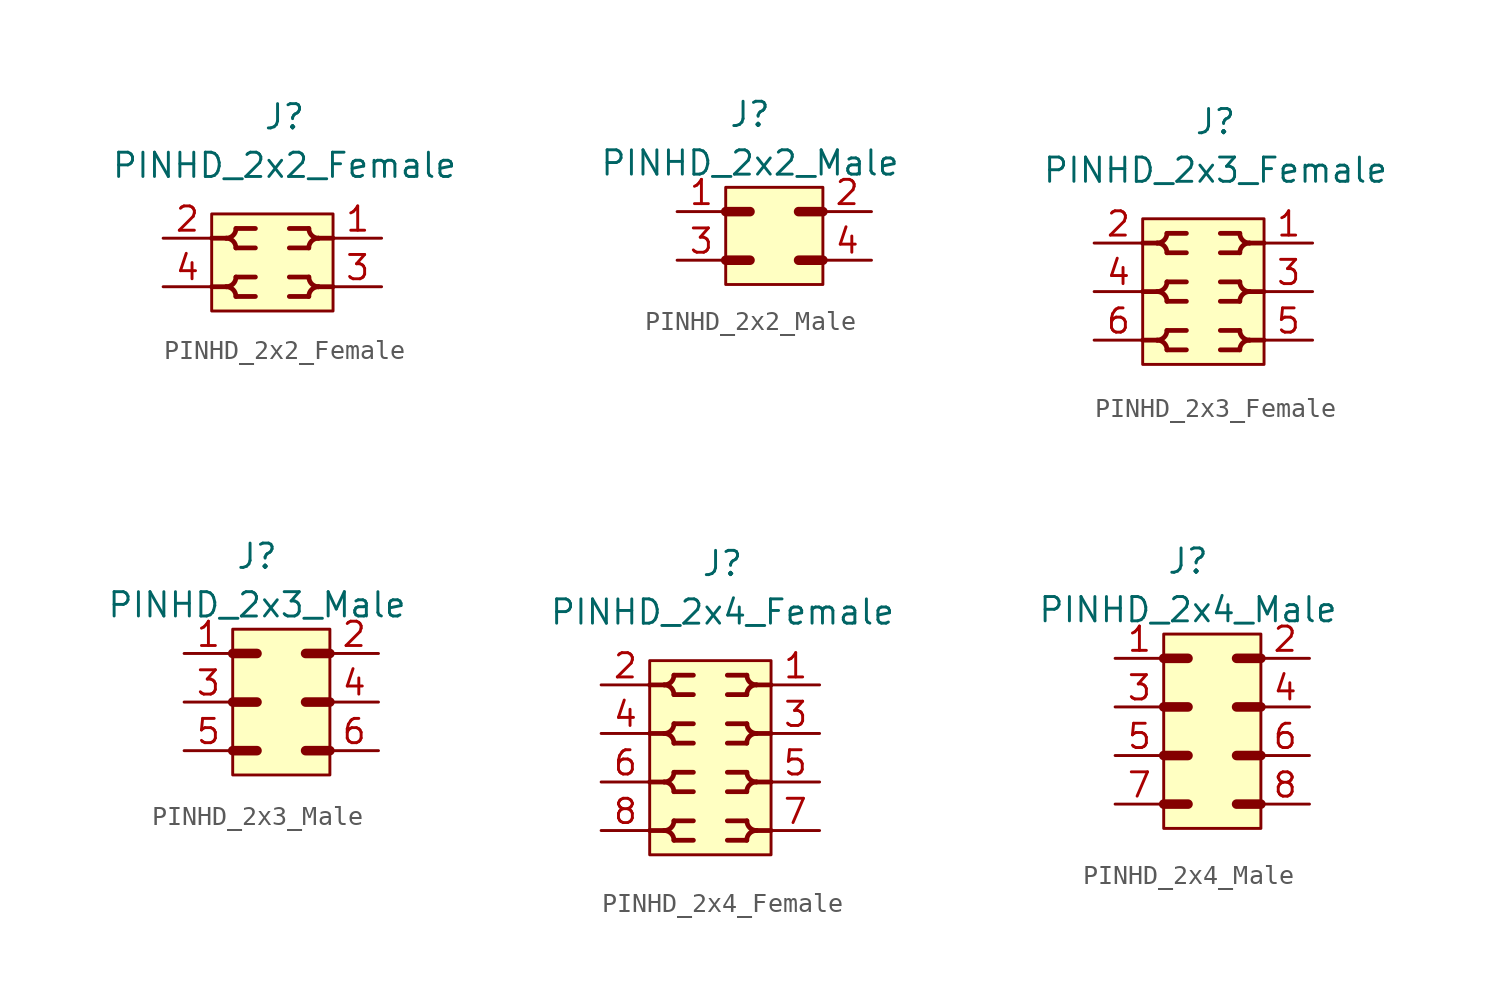
<source format=kicad_sym>
(kicad_symbol_lib
  (version 20211014)
  (generator kicad_symbol_editor)
  (symbol "PINHD_2x2_Female"
    (property "Reference" "J"
      (at 0 7.62 0)
      (effects (font (size 1.27 1.27))))
    (property "Value" "PINHD_2x2_Female"
      (at 0 5.08 0)
      (effects (font (size 1.27 1.27))))
    (symbol "PINHD_2x2_Female_0_1"
      (rectangle (start -3.81 2.54) (end 2.54 -2.54) (stroke (width 0) (type default) (color 0 0 0 0)) (fill (type background)))
      (arc (start -3.048 -1.27) (mid -2.1808 -1.6292) (end -2.54 -0.762) (stroke (width 0.25) (type default) (color 0 0 0 0)) (fill (type none)))
      (arc (start -3.048 1.27) (mid -2.1808 0.9108) (end -2.54 1.778) (stroke (width 0.25) (type default) (color 0 0 0 0)) (fill (type none)))
      (arc (start -2.54 -1.778) (mid -2.1808 -0.9108) (end -3.048 -1.27) (stroke (width 0.25) (type default) (color 0 0 0 0)) (fill (type none)))
      (arc (start -2.54 0.762) (mid -2.1808 1.6292) (end -3.048 1.27) (stroke (width 0.25) (type default) (color 0 0 0 0)) (fill (type none)))
      (polyline (pts (xy -3.81 -1.27) (xy -3.048 -1.27)) (stroke (width 0.25) (type default) (color 0 0 0 0)) (fill (type none)))
      (polyline (pts (xy -3.81 1.27) (xy -3.048 1.27)) (stroke (width 0.25) (type default) (color 0 0 0 0)) (fill (type none)))
      (polyline (pts (xy -2.54 -1.778) (xy -1.524 -1.778)) (stroke (width 0.25) (type default) (color 0 0 0 0)) (fill (type none)))
      (polyline (pts (xy -2.54 -0.762) (xy -1.524 -0.762)) (stroke (width 0.25) (type default) (color 0 0 0 0)) (fill (type none)))
      (polyline (pts (xy -2.54 0.762) (xy -1.524 0.762)) (stroke (width 0.25) (type default) (color 0 0 0 0)) (fill (type none)))
      (polyline (pts (xy -2.54 1.778) (xy -1.524 1.778)) (stroke (width 0.25) (type default) (color 0 0 0 0)) (fill (type none)))
      (polyline (pts (xy 1.27 -1.778) (xy 0.254 -1.778)) (stroke (width 0.25) (type default) (color 0 0 0 0)) (fill (type none)))
      (polyline (pts (xy 1.27 -0.762) (xy 0.254 -0.762)) (stroke (width 0.25) (type default) (color 0 0 0 0)) (fill (type none)))
      (polyline (pts (xy 1.27 0.762) (xy 0.254 0.762)) (stroke (width 0.25) (type default) (color 0 0 0 0)) (fill (type none)))
      (polyline (pts (xy 1.27 1.778) (xy 0.254 1.778)) (stroke (width 0.25) (type default) (color 0 0 0 0)) (fill (type none)))
      (polyline (pts (xy 2.54 -1.27) (xy 1.778 -1.27)) (stroke (width 0.25) (type default) (color 0 0 0 0)) (fill (type none)))
      (polyline (pts (xy 2.54 1.27) (xy 1.778 1.27)) (stroke (width 0.25) (type default) (color 0 0 0 0)) (fill (type none)))
      (arc (start 1.27 -0.762) (mid 0.9108 -1.6292) (end 1.778 -1.27) (stroke (width 0.25) (type default) (color 0 0 0 0)) (fill (type none)))
      (arc (start 1.27 1.778) (mid 0.9108 0.9108) (end 1.778 1.27) (stroke (width 0.25) (type default) (color 0 0 0 0)) (fill (type none)))
      (arc (start 1.778 -1.27) (mid 0.9108 -0.9108) (end 1.27 -1.778) (stroke (width 0.25) (type default) (color 0 0 0 0)) (fill (type none)))
      (arc (start 1.778 1.27) (mid 0.9108 1.6292) (end 1.27 0.762) (stroke (width 0.25) (type default) (color 0 0 0 0)) (fill (type none))))
    (symbol "PINHD_2x2_Female_1_1"
      (pin passive line (at 5.08 1.27 180) (length 2.5) (name "" (effects (font (size 0 0)))) (number "1" (effects (font (size 1.27 1.27)))))
      (pin passive line (at -6.35 1.27 0) (length 2.54) (name "" (effects (font (size 1.27 1.27)))) (number "2" (effects (font (size 1.27 1.27)))))
      (pin passive line (at 5.08 -1.27 180) (length 2.5) (name "" (effects (font (size 0 0)))) (number "3" (effects (font (size 1.27 1.27)))))
      (pin passive line (at -6.35 -1.27 0) (length 2.54) (name "" (effects (font (size 1.27 1.27)))) (number "4" (effects (font (size 1.27 1.27)))))))
  (symbol "PINHD_2x2_Male"
    (property "Reference" "J"
      (at -1.27 6.35 0)
      (effects (font (size 1.27 1.27))))
    (property "Value" "PINHD_2x2_Male"
      (at -1.27 3.81 0)
      (effects (font (size 1.27 1.27))))
    (symbol "PINHD_2x2_Male_0_1"
      (rectangle (start -2.54 2.54) (end 2.54 -2.54) (stroke (width 0) (type default) (color 0 0 0 0)) (fill (type background)))
      (polyline (pts (xy -2.54 -1.27) (xy -1.27 -1.27)) (stroke (width 0.3) (type default) (color 0 0 0 0)) (fill (type none)))
      (polyline (pts (xy -2.54 -1.27) (xy -1.27 -1.27)) (stroke (width 0.5) (type default) (color 0 0 0 0)) (fill (type none)))
      (polyline (pts (xy -2.54 1.27) (xy -1.27 1.27)) (stroke (width 0.5) (type default) (color 0 0 0 0)) (fill (type none)))
      (polyline (pts (xy 1.27 -1.27) (xy 2.54 -1.27)) (stroke (width 0.5) (type default) (color 0 0 0 0)) (fill (type none)))
      (polyline (pts (xy 1.27 1.27) (xy 2.54 1.27)) (stroke (width 0.5) (type default) (color 0 0 0 0)) (fill (type none))))
    (symbol "PINHD_2x2_Male_1_1"
      (pin passive line (at -5.08 1.27 0) (length 2.54) (name "" (effects (font (size 1.27 1.27)))) (number "1" (effects (font (size 1.27 1.27)))))
      (pin passive line (at 5.08 1.27 180) (length 2.54) (name "" (effects (font (size 1.27 1.27)))) (number "2" (effects (font (size 1.27 1.27)))))
      (pin passive line (at -5.08 -1.27 0) (length 2.54) (name "" (effects (font (size 1.27 1.27)))) (number "3" (effects (font (size 1.27 1.27)))))
      (pin passive line (at 5.08 -1.27 180) (length 2.54) (name "" (effects (font (size 1.27 1.27)))) (number "4" (effects (font (size 1.27 1.27)))))))
  (symbol "PINHD_2x3_Female"
    (property "Reference" "J"
      (at 0 8.89 0)
      (effects (font (size 1.27 1.27))))
    (property "Value" "PINHD_2x3_Female"
      (at 0 6.35 0)
      (effects (font (size 1.27 1.27))))
    (symbol "PINHD_2x3_Female_0_1"
      (rectangle (start -3.81 3.81) (end 2.54 -3.81) (stroke (width 0) (type default) (color 0 0 0 0)) (fill (type background)))
      (arc (start -3.048 -2.54) (mid -2.1808 -2.8992) (end -2.54 -2.032) (stroke (width 0.25) (type default) (color 0 0 0 0)) (fill (type none)))
      (arc (start -3.048 0) (mid -2.1808 -0.3592) (end -2.54 0.508) (stroke (width 0.25) (type default) (color 0 0 0 0)) (fill (type none)))
      (arc (start -3.048 2.54) (mid -2.1808 2.1808) (end -2.54 3.048) (stroke (width 0.25) (type default) (color 0 0 0 0)) (fill (type none)))
      (arc (start -2.54 -3.048) (mid -2.1808 -2.1808) (end -3.048 -2.54) (stroke (width 0.25) (type default) (color 0 0 0 0)) (fill (type none)))
      (arc (start -2.54 -0.508) (mid -2.1808 0.3592) (end -3.048 0) (stroke (width 0.25) (type default) (color 0 0 0 0)) (fill (type none)))
      (arc (start -2.54 2.032) (mid -2.1808 2.8992) (end -3.048 2.54) (stroke (width 0.25) (type default) (color 0 0 0 0)) (fill (type none)))
      (polyline (pts (xy -3.81 -2.54) (xy -3.048 -2.54)) (stroke (width 0.25) (type default) (color 0 0 0 0)) (fill (type none)))
      (polyline (pts (xy -3.81 0) (xy -3.048 0)) (stroke (width 0.25) (type default) (color 0 0 0 0)) (fill (type none)))
      (polyline (pts (xy -3.81 2.54) (xy -3.048 2.54)) (stroke (width 0.25) (type default) (color 0 0 0 0)) (fill (type none)))
      (polyline (pts (xy -2.54 -3.048) (xy -1.524 -3.048)) (stroke (width 0.25) (type default) (color 0 0 0 0)) (fill (type none)))
      (polyline (pts (xy -2.54 -2.032) (xy -1.524 -2.032)) (stroke (width 0.25) (type default) (color 0 0 0 0)) (fill (type none)))
      (polyline (pts (xy -2.54 -0.508) (xy -1.524 -0.508)) (stroke (width 0.25) (type default) (color 0 0 0 0)) (fill (type none)))
      (polyline (pts (xy -2.54 0.508) (xy -1.524 0.508)) (stroke (width 0.25) (type default) (color 0 0 0 0)) (fill (type none)))
      (polyline (pts (xy -2.54 2.032) (xy -1.524 2.032)) (stroke (width 0.25) (type default) (color 0 0 0 0)) (fill (type none)))
      (polyline (pts (xy -2.54 3.048) (xy -1.524 3.048)) (stroke (width 0.25) (type default) (color 0 0 0 0)) (fill (type none)))
      (polyline (pts (xy 1.27 -3.048) (xy 0.254 -3.048)) (stroke (width 0.25) (type default) (color 0 0 0 0)) (fill (type none)))
      (polyline (pts (xy 1.27 -2.032) (xy 0.254 -2.032)) (stroke (width 0.25) (type default) (color 0 0 0 0)) (fill (type none)))
      (polyline (pts (xy 1.27 -0.508) (xy 0.254 -0.508)) (stroke (width 0.25) (type default) (color 0 0 0 0)) (fill (type none)))
      (polyline (pts (xy 1.27 0.508) (xy 0.254 0.508)) (stroke (width 0.25) (type default) (color 0 0 0 0)) (fill (type none)))
      (polyline (pts (xy 1.27 2.032) (xy 0.254 2.032)) (stroke (width 0.25) (type default) (color 0 0 0 0)) (fill (type none)))
      (polyline (pts (xy 1.27 3.048) (xy 0.254 3.048)) (stroke (width 0.25) (type default) (color 0 0 0 0)) (fill (type none)))
      (polyline (pts (xy 2.54 -2.54) (xy 1.778 -2.54)) (stroke (width 0.25) (type default) (color 0 0 0 0)) (fill (type none)))
      (polyline (pts (xy 2.54 0) (xy 1.778 0)) (stroke (width 0.25) (type default) (color 0 0 0 0)) (fill (type none)))
      (polyline (pts (xy 2.54 2.54) (xy 1.778 2.54)) (stroke (width 0.25) (type default) (color 0 0 0 0)) (fill (type none)))
      (arc (start 1.27 -2.032) (mid 0.9108 -2.8992) (end 1.778 -2.54) (stroke (width 0.25) (type default) (color 0 0 0 0)) (fill (type none)))
      (arc (start 1.27 0.508) (mid 0.9108 -0.3592) (end 1.778 0) (stroke (width 0.25) (type default) (color 0 0 0 0)) (fill (type none)))
      (arc (start 1.27 3.048) (mid 0.9108 2.1808) (end 1.778 2.54) (stroke (width 0.25) (type default) (color 0 0 0 0)) (fill (type none)))
      (arc (start 1.778 -2.54) (mid 0.9108 -2.1808) (end 1.27 -3.048) (stroke (width 0.25) (type default) (color 0 0 0 0)) (fill (type none)))
      (arc (start 1.778 0) (mid 0.9108 0.3592) (end 1.27 -0.508) (stroke (width 0.25) (type default) (color 0 0 0 0)) (fill (type none)))
      (arc (start 1.778 2.54) (mid 0.9108 2.8992) (end 1.27 2.032) (stroke (width 0.25) (type default) (color 0 0 0 0)) (fill (type none))))
    (symbol "PINHD_2x3_Female_1_1"
      (pin passive line (at 5.08 2.54 180) (length 2.5) (name "" (effects (font (size 0 0)))) (number "1" (effects (font (size 1.27 1.27)))))
      (pin passive line (at -6.35 2.54 0) (length 2.54) (name "" (effects (font (size 1.27 1.27)))) (number "2" (effects (font (size 1.27 1.27)))))
      (pin passive line (at 5.08 0 180) (length 2.5) (name "" (effects (font (size 0 0)))) (number "3" (effects (font (size 1.27 1.27)))))
      (pin passive line (at -6.35 0 0) (length 2.54) (name "" (effects (font (size 1.27 1.27)))) (number "4" (effects (font (size 1.27 1.27)))))
      (pin passive line (at 5.08 -2.54 180) (length 2.54) (name "" (effects (font (size 1.27 1.27)))) (number "5" (effects (font (size 1.27 1.27)))))
      (pin passive line (at -6.35 -2.54 0) (length 2.54) (name "" (effects (font (size 1.27 1.27)))) (number "6" (effects (font (size 1.27 1.27)))))))
  (symbol "PINHD_2x3_Male"
    (property "Reference" "J"
      (at -1.27 6.35 0)
      (effects (font (size 1.27 1.27))))
    (property "Value" "PINHD_2x3_Male"
      (at -1.27 3.81 0)
      (effects (font (size 1.27 1.27))))
    (symbol "PINHD_2x3_Male_0_1"
      (rectangle (start -2.54 2.54) (end 2.54 -5.08) (stroke (width 0) (type default) (color 0 0 0 0)) (fill (type background)))
      (polyline (pts (xy -2.54 -3.81) (xy -1.27 -3.81)) (stroke (width 0.5) (type default) (color 0 0 0 0)) (fill (type none)))
      (polyline (pts (xy -2.54 -1.27) (xy -1.27 -1.27)) (stroke (width 0.3) (type default) (color 0 0 0 0)) (fill (type none)))
      (polyline (pts (xy -2.54 -1.27) (xy -1.27 -1.27)) (stroke (width 0.5) (type default) (color 0 0 0 0)) (fill (type none)))
      (polyline (pts (xy -2.54 1.27) (xy -1.27 1.27)) (stroke (width 0.5) (type default) (color 0 0 0 0)) (fill (type none)))
      (polyline (pts (xy 1.27 -3.81) (xy 2.54 -3.81)) (stroke (width 0.5) (type default) (color 0 0 0 0)) (fill (type none)))
      (polyline (pts (xy 1.27 -1.27) (xy 2.54 -1.27)) (stroke (width 0.5) (type default) (color 0 0 0 0)) (fill (type none)))
      (polyline (pts (xy 1.27 1.27) (xy 2.54 1.27)) (stroke (width 0.5) (type default) (color 0 0 0 0)) (fill (type none))))
    (symbol "PINHD_2x3_Male_1_1"
      (pin passive line (at -5.08 1.27 0) (length 2.54) (name "" (effects (font (size 1.27 1.27)))) (number "1" (effects (font (size 1.27 1.27)))))
      (pin passive line (at 5.08 1.27 180) (length 2.54) (name "" (effects (font (size 1.27 1.27)))) (number "2" (effects (font (size 1.27 1.27)))))
      (pin passive line (at -5.08 -1.27 0) (length 2.54) (name "" (effects (font (size 1.27 1.27)))) (number "3" (effects (font (size 1.27 1.27)))))
      (pin passive line (at 5.08 -1.27 180) (length 2.54) (name "" (effects (font (size 1.27 1.27)))) (number "4" (effects (font (size 1.27 1.27)))))
      (pin passive line (at -5.08 -3.81 0) (length 2.54) (name "" (effects (font (size 1.27 1.27)))) (number "5" (effects (font (size 1.27 1.27)))))
      (pin passive line (at 5.08 -3.81 180) (length 2.54) (name "" (effects (font (size 1.27 1.27)))) (number "6" (effects (font (size 1.27 1.27)))))))
  (symbol "PINHD_2x4_Female"
    (property "Reference" "J"
      (at 0 10.16 0)
      (effects (font (size 1.27 1.27))))
    (property "Value" "PINHD_2x4_Female"
      (at 0 7.62 0)
      (effects (font (size 1.27 1.27))))
    (symbol "PINHD_2x4_Female_0_1"
      (rectangle (start -3.81 5.08) (end 2.54 -5.08) (stroke (width 0) (type default) (color 0 0 0 0)) (fill (type background)))
      (arc (start -3.048 -3.81) (mid -2.1808 -4.1692) (end -2.54 -3.302) (stroke (width 0.25) (type default) (color 0 0 0 0)) (fill (type none)))
      (arc (start -3.048 -1.27) (mid -2.1808 -1.6292) (end -2.54 -0.762) (stroke (width 0.25) (type default) (color 0 0 0 0)) (fill (type none)))
      (arc (start -3.048 1.27) (mid -2.1808 0.9108) (end -2.54 1.778) (stroke (width 0.25) (type default) (color 0 0 0 0)) (fill (type none)))
      (arc (start -3.048 3.81) (mid -2.1808 3.4508) (end -2.54 4.318) (stroke (width 0.25) (type default) (color 0 0 0 0)) (fill (type none)))
      (arc (start -2.54 -4.318) (mid -2.1808 -3.4508) (end -3.048 -3.81) (stroke (width 0.25) (type default) (color 0 0 0 0)) (fill (type none)))
      (arc (start -2.54 -1.778) (mid -2.1808 -0.9108) (end -3.048 -1.27) (stroke (width 0.25) (type default) (color 0 0 0 0)) (fill (type none)))
      (arc (start -2.54 0.762) (mid -2.1808 1.6292) (end -3.048 1.27) (stroke (width 0.25) (type default) (color 0 0 0 0)) (fill (type none)))
      (arc (start -2.54 3.302) (mid -2.1808 4.1692) (end -3.048 3.81) (stroke (width 0.25) (type default) (color 0 0 0 0)) (fill (type none)))
      (polyline (pts (xy -3.81 -3.81) (xy -3.048 -3.81)) (stroke (width 0.25) (type default) (color 0 0 0 0)) (fill (type none)))
      (polyline (pts (xy -3.81 -1.27) (xy -3.048 -1.27)) (stroke (width 0.25) (type default) (color 0 0 0 0)) (fill (type none)))
      (polyline (pts (xy -3.81 1.27) (xy -3.048 1.27)) (stroke (width 0.25) (type default) (color 0 0 0 0)) (fill (type none)))
      (polyline (pts (xy -3.81 3.81) (xy -3.048 3.81)) (stroke (width 0.25) (type default) (color 0 0 0 0)) (fill (type none)))
      (polyline (pts (xy -2.54 -4.318) (xy -1.524 -4.318)) (stroke (width 0.25) (type default) (color 0 0 0 0)) (fill (type none)))
      (polyline (pts (xy -2.54 -3.302) (xy -1.524 -3.302)) (stroke (width 0.25) (type default) (color 0 0 0 0)) (fill (type none)))
      (polyline (pts (xy -2.54 -1.778) (xy -1.524 -1.778)) (stroke (width 0.25) (type default) (color 0 0 0 0)) (fill (type none)))
      (polyline (pts (xy -2.54 -0.762) (xy -1.524 -0.762)) (stroke (width 0.25) (type default) (color 0 0 0 0)) (fill (type none)))
      (polyline (pts (xy -2.54 0.762) (xy -1.524 0.762)) (stroke (width 0.25) (type default) (color 0 0 0 0)) (fill (type none)))
      (polyline (pts (xy -2.54 1.778) (xy -1.524 1.778)) (stroke (width 0.25) (type default) (color 0 0 0 0)) (fill (type none)))
      (polyline (pts (xy -2.54 3.302) (xy -1.524 3.302)) (stroke (width 0.25) (type default) (color 0 0 0 0)) (fill (type none)))
      (polyline (pts (xy -2.54 4.318) (xy -1.524 4.318)) (stroke (width 0.25) (type default) (color 0 0 0 0)) (fill (type none)))
      (polyline (pts (xy 1.27 -4.318) (xy 0.254 -4.318)) (stroke (width 0.25) (type default) (color 0 0 0 0)) (fill (type none)))
      (polyline (pts (xy 1.27 -3.302) (xy 0.254 -3.302)) (stroke (width 0.25) (type default) (color 0 0 0 0)) (fill (type none)))
      (polyline (pts (xy 1.27 -1.778) (xy 0.254 -1.778)) (stroke (width 0.25) (type default) (color 0 0 0 0)) (fill (type none)))
      (polyline (pts (xy 1.27 -0.762) (xy 0.254 -0.762)) (stroke (width 0.25) (type default) (color 0 0 0 0)) (fill (type none)))
      (polyline (pts (xy 1.27 0.762) (xy 0.254 0.762)) (stroke (width 0.25) (type default) (color 0 0 0 0)) (fill (type none)))
      (polyline (pts (xy 1.27 1.778) (xy 0.254 1.778)) (stroke (width 0.25) (type default) (color 0 0 0 0)) (fill (type none)))
      (polyline (pts (xy 1.27 3.302) (xy 0.254 3.302)) (stroke (width 0.25) (type default) (color 0 0 0 0)) (fill (type none)))
      (polyline (pts (xy 1.27 4.318) (xy 0.254 4.318)) (stroke (width 0.25) (type default) (color 0 0 0 0)) (fill (type none)))
      (polyline (pts (xy 2.54 -3.81) (xy 1.778 -3.81)) (stroke (width 0.25) (type default) (color 0 0 0 0)) (fill (type none)))
      (polyline (pts (xy 2.54 -1.27) (xy 1.778 -1.27)) (stroke (width 0.25) (type default) (color 0 0 0 0)) (fill (type none)))
      (polyline (pts (xy 2.54 1.27) (xy 1.778 1.27)) (stroke (width 0.25) (type default) (color 0 0 0 0)) (fill (type none)))
      (polyline (pts (xy 2.54 3.81) (xy 1.778 3.81)) (stroke (width 0.25) (type default) (color 0 0 0 0)) (fill (type none)))
      (arc (start 1.27 -3.302) (mid 0.9108 -4.1692) (end 1.778 -3.81) (stroke (width 0.25) (type default) (color 0 0 0 0)) (fill (type none)))
      (arc (start 1.27 -0.762) (mid 0.9108 -1.6292) (end 1.778 -1.27) (stroke (width 0.25) (type default) (color 0 0 0 0)) (fill (type none)))
      (arc (start 1.27 1.778) (mid 0.9108 0.9108) (end 1.778 1.27) (stroke (width 0.25) (type default) (color 0 0 0 0)) (fill (type none)))
      (arc (start 1.27 4.318) (mid 0.9108 3.4508) (end 1.778 3.81) (stroke (width 0.25) (type default) (color 0 0 0 0)) (fill (type none)))
      (arc (start 1.778 -3.81) (mid 0.9108 -3.4508) (end 1.27 -4.318) (stroke (width 0.25) (type default) (color 0 0 0 0)) (fill (type none)))
      (arc (start 1.778 -1.27) (mid 0.9108 -0.9108) (end 1.27 -1.778) (stroke (width 0.25) (type default) (color 0 0 0 0)) (fill (type none)))
      (arc (start 1.778 1.27) (mid 0.9108 1.6292) (end 1.27 0.762) (stroke (width 0.25) (type default) (color 0 0 0 0)) (fill (type none)))
      (arc (start 1.778 3.81) (mid 0.9108 4.1692) (end 1.27 3.302) (stroke (width 0.25) (type default) (color 0 0 0 0)) (fill (type none))))
    (symbol "PINHD_2x4_Female_1_1"
      (pin passive line (at 5.08 3.81 180) (length 2.5) (name "" (effects (font (size 0 0)))) (number "1" (effects (font (size 1.27 1.27)))))
      (pin passive line (at -6.35 3.81 0) (length 2.54) (name "" (effects (font (size 1.27 1.27)))) (number "2" (effects (font (size 1.27 1.27)))))
      (pin passive line (at 5.08 1.27 180) (length 2.5) (name "" (effects (font (size 0 0)))) (number "3" (effects (font (size 1.27 1.27)))))
      (pin passive line (at -6.35 1.27 0) (length 2.54) (name "" (effects (font (size 1.27 1.27)))) (number "4" (effects (font (size 1.27 1.27)))))
      (pin passive line (at 5.08 -1.27 180) (length 2.54) (name "" (effects (font (size 1.27 1.27)))) (number "5" (effects (font (size 1.27 1.27)))))
      (pin passive line (at -6.35 -1.27 0) (length 2.54) (name "" (effects (font (size 1.27 1.27)))) (number "6" (effects (font (size 1.27 1.27)))))
      (pin passive line (at 5.08 -3.81 180) (length 2.54) (name "" (effects (font (size 1.27 1.27)))) (number "7" (effects (font (size 1.27 1.27)))))
      (pin passive line (at -6.35 -3.81 0) (length 2.54) (name "" (effects (font (size 1.27 1.27)))) (number "8" (effects (font (size 1.27 1.27)))))))
  (symbol "PINHD_2x4_Male"
    (property "Reference" "J"
      (at -1.27 8.89 0)
      (effects (font (size 1.27 1.27))))
    (property "Value" "PINHD_2x4_Male"
      (at -1.27 6.35 0)
      (effects (font (size 1.27 1.27))))
    (symbol "PINHD_2x4_Male_0_1"
      (rectangle (start -2.54 5.08) (end 2.54 -5.08) (stroke (width 0) (type default) (color 0 0 0 0)) (fill (type background)))
      (polyline (pts (xy -2.54 -3.81) (xy -1.27 -3.81)) (stroke (width 0.5) (type default) (color 0 0 0 0)) (fill (type none)))
      (polyline (pts (xy -2.54 -1.27) (xy -1.27 -1.27)) (stroke (width 0.5) (type default) (color 0 0 0 0)) (fill (type none)))
      (polyline (pts (xy -2.54 1.27) (xy -1.27 1.27)) (stroke (width 0.3) (type default) (color 0 0 0 0)) (fill (type none)))
      (polyline (pts (xy -2.54 1.27) (xy -1.27 1.27)) (stroke (width 0.5) (type default) (color 0 0 0 0)) (fill (type none)))
      (polyline (pts (xy -2.54 3.81) (xy -1.27 3.81)) (stroke (width 0.5) (type default) (color 0 0 0 0)) (fill (type none)))
      (polyline (pts (xy 1.27 -3.81) (xy 2.54 -3.81)) (stroke (width 0.5) (type default) (color 0 0 0 0)) (fill (type none)))
      (polyline (pts (xy 1.27 -1.27) (xy 2.54 -1.27)) (stroke (width 0.5) (type default) (color 0 0 0 0)) (fill (type none)))
      (polyline (pts (xy 1.27 1.27) (xy 2.54 1.27)) (stroke (width 0.5) (type default) (color 0 0 0 0)) (fill (type none)))
      (polyline (pts (xy 1.27 3.81) (xy 2.54 3.81)) (stroke (width 0.5) (type default) (color 0 0 0 0)) (fill (type none))))
    (symbol "PINHD_2x4_Male_1_1"
      (pin passive line (at -5.08 3.81 0) (length 2.54) (name "" (effects (font (size 1.27 1.27)))) (number "1" (effects (font (size 1.27 1.27)))))
      (pin passive line (at 5.08 3.81 180) (length 2.54) (name "" (effects (font (size 1.27 1.27)))) (number "2" (effects (font (size 1.27 1.27)))))
      (pin passive line (at -5.08 1.27 0) (length 2.54) (name "" (effects (font (size 1.27 1.27)))) (number "3" (effects (font (size 1.27 1.27)))))
      (pin passive line (at 5.08 1.27 180) (length 2.54) (name "" (effects (font (size 1.27 1.27)))) (number "4" (effects (font (size 1.27 1.27)))))
      (pin passive line (at -5.08 -1.27 0) (length 2.54) (name "" (effects (font (size 1.27 1.27)))) (number "5" (effects (font (size 1.27 1.27)))))
      (pin passive line (at 5.08 -1.27 180) (length 2.54) (name "" (effects (font (size 1.27 1.27)))) (number "6" (effects (font (size 1.27 1.27)))))
      (pin passive line (at -5.08 -3.81 0) (length 2.54) (name "" (effects (font (size 1.27 1.27)))) (number "7" (effects (font (size 1.27 1.27)))))
      (pin passive line (at 5.08 -3.81 180) (length 2.54) (name "" (effects (font (size 1.27 1.27)))) (number "8" (effects (font (size 1.27 1.27))))))))
</source>
